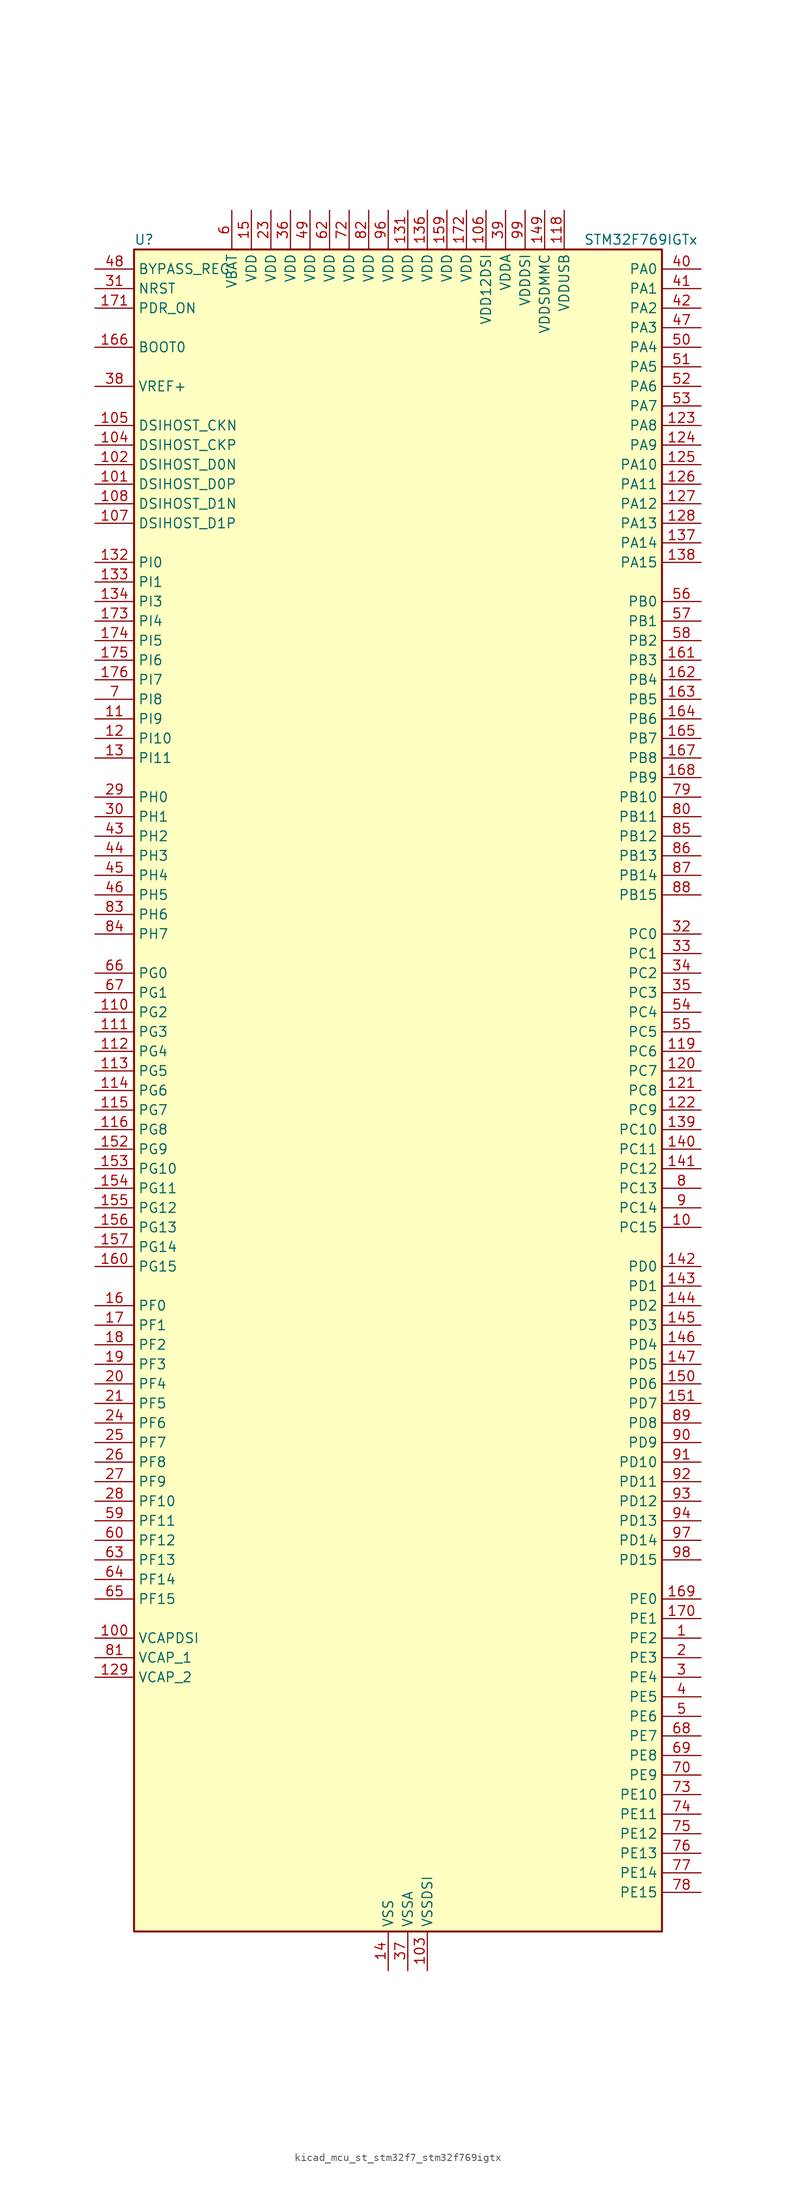
<source format=kicad_sym>
(kicad_symbol_lib
  (version 20220914)
  (generator kicad_symbol_editor)
  (symbol "kicad_mcu_st_stm32f7_stm32f769igtx"
    (property "Reference" "U"
      (at -33.02 110.49 0)
      (effects (font (size 1.27 1.27)) (justify left)))
    (property "Value" "STM32F769IGTx"
      (at 25.4 110.49 0)
      (effects (font (size 1.27 1.27)) (justify left)))
    (property "ki_locked" ""
      (at 0 0 0)
      (effects (font (size 1.27 1.27))))
    (symbol "kicad_mcu_st_stm32f7_stm32f769igtx_0_1"
      (rectangle (start -33.02 -109.22) (end 35.56 109.22) (stroke (width 0.254) (type default)) (fill (type background))))
    (symbol "kicad_mcu_st_stm32f7_stm32f769igtx_1_1"
      (pin bidirectional line (at 40.64 -71.12 180) (length 5.08) (name "PE2" (effects (font (size 1.27 1.27)))) (number "1" (effects (font (size 1.27 1.27)))) (alternate "ETH_TXD3" bidirectional line) (alternate "FMC_A23" bidirectional line) (alternate "QUADSPI_BK1_IO2" bidirectional line) (alternate "SAI1_MCLK_A" bidirectional line) (alternate "SPI4_SCK" bidirectional line) (alternate "SYS_TRACECLK" bidirectional line))
      (pin bidirectional line (at 40.64 -17.78 180) (length 5.08) (name "PC15" (effects (font (size 1.27 1.27)))) (number "10" (effects (font (size 1.27 1.27)))) (alternate "RCC_OSC32_OUT" bidirectional line))
      (pin power_out line (at -38.1 -71.12 0) (length 5.08) (name "VCAPDSI" (effects (font (size 1.27 1.27)))) (number "100" (effects (font (size 1.27 1.27)))))
      (pin bidirectional line (at -38.1 78.74 0) (length 5.08) (name "DSIHOST_D0P" (effects (font (size 1.27 1.27)))) (number "101" (effects (font (size 1.27 1.27)))) (alternate "DSIHOST_D0P" bidirectional line))
      (pin bidirectional line (at -38.1 81.28 0) (length 5.08) (name "DSIHOST_D0N" (effects (font (size 1.27 1.27)))) (number "102" (effects (font (size 1.27 1.27)))) (alternate "DSIHOST_D0N" bidirectional line))
      (pin power_in line (at 5.08 -114.3 90) (length 5.08) (name "VSSDSI" (effects (font (size 1.27 1.27)))) (number "103" (effects (font (size 1.27 1.27)))))
      (pin bidirectional line (at -38.1 83.82 0) (length 5.08) (name "DSIHOST_CKP" (effects (font (size 1.27 1.27)))) (number "104" (effects (font (size 1.27 1.27)))) (alternate "DSIHOST_CKP" bidirectional line))
      (pin bidirectional line (at -38.1 86.36 0) (length 5.08) (name "DSIHOST_CKN" (effects (font (size 1.27 1.27)))) (number "105" (effects (font (size 1.27 1.27)))) (alternate "DSIHOST_CKN" bidirectional line))
      (pin power_in line (at 12.7 114.3 270) (length 5.08) (name "VDD12DSI" (effects (font (size 1.27 1.27)))) (number "106" (effects (font (size 1.27 1.27)))))
      (pin bidirectional line (at -38.1 73.66 0) (length 5.08) (name "DSIHOST_D1P" (effects (font (size 1.27 1.27)))) (number "107" (effects (font (size 1.27 1.27)))) (alternate "DSIHOST_D1P" bidirectional line))
      (pin bidirectional line (at -38.1 76.2 0) (length 5.08) (name "DSIHOST_D1N" (effects (font (size 1.27 1.27)))) (number "108" (effects (font (size 1.27 1.27)))) (alternate "DSIHOST_D1N" bidirectional line))
      (pin passive line (at 5.08 -114.3 90) (length 5.08) hide (name "VSSDSI" (effects (font (size 1.27 1.27)))) (number "109" (effects (font (size 1.27 1.27)))))
      (pin bidirectional line (at -38.1 48.26 0) (length 5.08) (name "PI9" (effects (font (size 1.27 1.27)))) (number "11" (effects (font (size 1.27 1.27)))) (alternate "CAN1_RX" bidirectional line) (alternate "DAC_EXTI9" bidirectional line) (alternate "FMC_D30" bidirectional line) (alternate "LTDC_VSYNC" bidirectional line) (alternate "UART4_RX" bidirectional line))
      (pin bidirectional line (at -38.1 10.16 0) (length 5.08) (name "PG2" (effects (font (size 1.27 1.27)))) (number "110" (effects (font (size 1.27 1.27)))) (alternate "FMC_A12" bidirectional line))
      (pin bidirectional line (at -38.1 7.62 0) (length 5.08) (name "PG3" (effects (font (size 1.27 1.27)))) (number "111" (effects (font (size 1.27 1.27)))) (alternate "FMC_A13" bidirectional line))
      (pin bidirectional line (at -38.1 5.08 0) (length 5.08) (name "PG4" (effects (font (size 1.27 1.27)))) (number "112" (effects (font (size 1.27 1.27)))) (alternate "FMC_A14" bidirectional line) (alternate "FMC_BA0" bidirectional line))
      (pin bidirectional line (at -38.1 2.54 0) (length 5.08) (name "PG5" (effects (font (size 1.27 1.27)))) (number "113" (effects (font (size 1.27 1.27)))) (alternate "FMC_A15" bidirectional line) (alternate "FMC_BA1" bidirectional line))
      (pin bidirectional line (at -38.1 0 0) (length 5.08) (name "PG6" (effects (font (size 1.27 1.27)))) (number "114" (effects (font (size 1.27 1.27)))) (alternate "DCMI_D12" bidirectional line) (alternate "FMC_NE3" bidirectional line) (alternate "LTDC_R7" bidirectional line))
      (pin bidirectional line (at -38.1 -2.54 0) (length 5.08) (name "PG7" (effects (font (size 1.27 1.27)))) (number "115" (effects (font (size 1.27 1.27)))) (alternate "DCMI_D13" bidirectional line) (alternate "FMC_INT" bidirectional line) (alternate "LTDC_CLK" bidirectional line) (alternate "SAI1_MCLK_A" bidirectional line) (alternate "USART6_CK" bidirectional line))
      (pin bidirectional line (at -38.1 -5.08 0) (length 5.08) (name "PG8" (effects (font (size 1.27 1.27)))) (number "116" (effects (font (size 1.27 1.27)))) (alternate "ETH_PPS_OUT" bidirectional line) (alternate "FMC_SDCLK" bidirectional line) (alternate "LTDC_G7" bidirectional line) (alternate "SPDIFRX_IN2" bidirectional line) (alternate "SPI6_NSS" bidirectional line) (alternate "USART6_DE" bidirectional line) (alternate "USART6_RTS" bidirectional line))
      (pin passive line (at 0 -114.3 90) (length 5.08) hide (name "VSS" (effects (font (size 1.27 1.27)))) (number "117" (effects (font (size 1.27 1.27)))))
      (pin power_in line (at 22.86 114.3 270) (length 5.08) (name "VDDUSB" (effects (font (size 1.27 1.27)))) (number "118" (effects (font (size 1.27 1.27)))))
      (pin bidirectional line (at 40.64 5.08 180) (length 5.08) (name "PC6" (effects (font (size 1.27 1.27)))) (number "119" (effects (font (size 1.27 1.27)))) (alternate "DCMI_D0" bidirectional line) (alternate "DFSDM1_CKIN3" bidirectional line) (alternate "FMC_NWAIT" bidirectional line) (alternate "I2S2_MCK" bidirectional line) (alternate "LTDC_HSYNC" bidirectional line) (alternate "SDMMC1_D6" bidirectional line) (alternate "SDMMC2_D6" bidirectional line) (alternate "TIM3_CH1" bidirectional line) (alternate "TIM8_CH1" bidirectional line) (alternate "USART6_TX" bidirectional line))
      (pin bidirectional line (at -38.1 45.72 0) (length 5.08) (name "PI10" (effects (font (size 1.27 1.27)))) (number "12" (effects (font (size 1.27 1.27)))) (alternate "ETH_RX_ER" bidirectional line) (alternate "FMC_D31" bidirectional line) (alternate "LTDC_HSYNC" bidirectional line))
      (pin bidirectional line (at 40.64 2.54 180) (length 5.08) (name "PC7" (effects (font (size 1.27 1.27)))) (number "120" (effects (font (size 1.27 1.27)))) (alternate "DCMI_D1" bidirectional line) (alternate "DFSDM1_DATIN3" bidirectional line) (alternate "FMC_NE1" bidirectional line) (alternate "I2S3_MCK" bidirectional line) (alternate "LTDC_G6" bidirectional line) (alternate "SDMMC1_D7" bidirectional line) (alternate "SDMMC2_D7" bidirectional line) (alternate "TIM3_CH2" bidirectional line) (alternate "TIM8_CH2" bidirectional line) (alternate "USART6_RX" bidirectional line))
      (pin bidirectional line (at 40.64 0 180) (length 5.08) (name "PC8" (effects (font (size 1.27 1.27)))) (number "121" (effects (font (size 1.27 1.27)))) (alternate "DCMI_D2" bidirectional line) (alternate "FMC_NCE" bidirectional line) (alternate "FMC_NE2" bidirectional line) (alternate "SDMMC1_D0" bidirectional line) (alternate "SYS_TRACED1" bidirectional line) (alternate "TIM3_CH3" bidirectional line) (alternate "TIM8_CH3" bidirectional line) (alternate "UART5_DE" bidirectional line) (alternate "UART5_RTS" bidirectional line) (alternate "USART6_CK" bidirectional line))
      (pin bidirectional line (at 40.64 -2.54 180) (length 5.08) (name "PC9" (effects (font (size 1.27 1.27)))) (number "122" (effects (font (size 1.27 1.27)))) (alternate "DAC_EXTI9" bidirectional line) (alternate "DCMI_D3" bidirectional line) (alternate "I2C3_SDA" bidirectional line) (alternate "I2S_CKIN" bidirectional line) (alternate "LTDC_B2" bidirectional line) (alternate "LTDC_G3" bidirectional line) (alternate "QUADSPI_BK1_IO0" bidirectional line) (alternate "RCC_MCO_2" bidirectional line) (alternate "SDMMC1_D1" bidirectional line) (alternate "TIM3_CH4" bidirectional line) (alternate "TIM8_CH4" bidirectional line) (alternate "UART5_CTS" bidirectional line))
      (pin bidirectional line (at 40.64 86.36 180) (length 5.08) (name "PA8" (effects (font (size 1.27 1.27)))) (number "123" (effects (font (size 1.27 1.27)))) (alternate "CAN3_RX" bidirectional line) (alternate "I2C3_SCL" bidirectional line) (alternate "LTDC_B3" bidirectional line) (alternate "LTDC_R6" bidirectional line) (alternate "RCC_MCO_1" bidirectional line) (alternate "TIM1_CH1" bidirectional line) (alternate "TIM8_BKIN2" bidirectional line) (alternate "UART7_RX" bidirectional line) (alternate "USART1_CK" bidirectional line) (alternate "USB_OTG_FS_SOF" bidirectional line))
      (pin bidirectional line (at 40.64 83.82 180) (length 5.08) (name "PA9" (effects (font (size 1.27 1.27)))) (number "124" (effects (font (size 1.27 1.27)))) (alternate "DAC_EXTI9" bidirectional line) (alternate "DCMI_D0" bidirectional line) (alternate "I2C3_SMBA" bidirectional line) (alternate "I2S2_CK" bidirectional line) (alternate "LTDC_R5" bidirectional line) (alternate "SPI2_SCK" bidirectional line) (alternate "TIM1_CH2" bidirectional line) (alternate "USART1_TX" bidirectional line) (alternate "USB_OTG_FS_VBUS" bidirectional line))
      (pin bidirectional line (at 40.64 81.28 180) (length 5.08) (name "PA10" (effects (font (size 1.27 1.27)))) (number "125" (effects (font (size 1.27 1.27)))) (alternate "DCMI_D1" bidirectional line) (alternate "LTDC_B1" bidirectional line) (alternate "LTDC_B4" bidirectional line) (alternate "MDIOS_MDIO" bidirectional line) (alternate "TIM1_CH3" bidirectional line) (alternate "USART1_RX" bidirectional line) (alternate "USB_OTG_FS_ID" bidirectional line))
      (pin bidirectional line (at 40.64 78.74 180) (length 5.08) (name "PA11" (effects (font (size 1.27 1.27)))) (number "126" (effects (font (size 1.27 1.27)))) (alternate "ADC1_EXTI11" bidirectional line) (alternate "ADC2_EXTI11" bidirectional line) (alternate "ADC3_EXTI11" bidirectional line) (alternate "CAN1_RX" bidirectional line) (alternate "I2S2_WS" bidirectional line) (alternate "LTDC_R4" bidirectional line) (alternate "SPI2_NSS" bidirectional line) (alternate "TIM1_CH4" bidirectional line) (alternate "UART4_RX" bidirectional line) (alternate "USART1_CTS" bidirectional line) (alternate "USB_OTG_FS_DM" bidirectional line))
      (pin bidirectional line (at 40.64 76.2 180) (length 5.08) (name "PA12" (effects (font (size 1.27 1.27)))) (number "127" (effects (font (size 1.27 1.27)))) (alternate "CAN1_TX" bidirectional line) (alternate "I2S2_CK" bidirectional line) (alternate "LTDC_R5" bidirectional line) (alternate "SAI2_FS_B" bidirectional line) (alternate "SPI2_SCK" bidirectional line) (alternate "TIM1_ETR" bidirectional line) (alternate "UART4_TX" bidirectional line) (alternate "USART1_DE" bidirectional line) (alternate "USART1_RTS" bidirectional line) (alternate "USB_OTG_FS_DP" bidirectional line))
      (pin bidirectional line (at 40.64 73.66 180) (length 5.08) (name "PA13" (effects (font (size 1.27 1.27)))) (number "128" (effects (font (size 1.27 1.27)))) (alternate "SYS_JTMS-SWDIO" bidirectional line))
      (pin power_out line (at -38.1 -76.2 0) (length 5.08) (name "VCAP_2" (effects (font (size 1.27 1.27)))) (number "129" (effects (font (size 1.27 1.27)))))
      (pin bidirectional line (at -38.1 43.18 0) (length 5.08) (name "PI11" (effects (font (size 1.27 1.27)))) (number "13" (effects (font (size 1.27 1.27)))) (alternate "ADC1_EXTI11" bidirectional line) (alternate "ADC2_EXTI11" bidirectional line) (alternate "ADC3_EXTI11" bidirectional line) (alternate "LTDC_G6" bidirectional line) (alternate "SYS_WKUP6" bidirectional line) (alternate "USB_OTG_HS_ULPI_DIR" bidirectional line))
      (pin passive line (at 0 -114.3 90) (length 5.08) hide (name "VSS" (effects (font (size 1.27 1.27)))) (number "130" (effects (font (size 1.27 1.27)))))
      (pin power_in line (at 2.54 114.3 270) (length 5.08) (name "VDD" (effects (font (size 1.27 1.27)))) (number "131" (effects (font (size 1.27 1.27)))))
      (pin bidirectional line (at -38.1 68.58 0) (length 5.08) (name "PI0" (effects (font (size 1.27 1.27)))) (number "132" (effects (font (size 1.27 1.27)))) (alternate "DCMI_D13" bidirectional line) (alternate "FMC_D24" bidirectional line) (alternate "I2S2_WS" bidirectional line) (alternate "LTDC_G5" bidirectional line) (alternate "SPI2_NSS" bidirectional line) (alternate "TIM5_CH4" bidirectional line))
      (pin bidirectional line (at -38.1 66.04 0) (length 5.08) (name "PI1" (effects (font (size 1.27 1.27)))) (number "133" (effects (font (size 1.27 1.27)))) (alternate "DCMI_D8" bidirectional line) (alternate "FMC_D25" bidirectional line) (alternate "I2S2_CK" bidirectional line) (alternate "LTDC_G6" bidirectional line) (alternate "SPI2_SCK" bidirectional line) (alternate "TIM8_BKIN2" bidirectional line))
      (pin bidirectional line (at -38.1 63.5 0) (length 5.08) (name "PI3" (effects (font (size 1.27 1.27)))) (number "134" (effects (font (size 1.27 1.27)))) (alternate "DCMI_D10" bidirectional line) (alternate "FMC_D27" bidirectional line) (alternate "I2S2_SD" bidirectional line) (alternate "SPI2_MOSI" bidirectional line) (alternate "TIM8_ETR" bidirectional line))
      (pin passive line (at 0 -114.3 90) (length 5.08) hide (name "VSS" (effects (font (size 1.27 1.27)))) (number "135" (effects (font (size 1.27 1.27)))))
      (pin power_in line (at 5.08 114.3 270) (length 5.08) (name "VDD" (effects (font (size 1.27 1.27)))) (number "136" (effects (font (size 1.27 1.27)))))
      (pin bidirectional line (at 40.64 71.12 180) (length 5.08) (name "PA14" (effects (font (size 1.27 1.27)))) (number "137" (effects (font (size 1.27 1.27)))) (alternate "SYS_JTCK-SWCLK" bidirectional line))
      (pin bidirectional line (at 40.64 68.58 180) (length 5.08) (name "PA15" (effects (font (size 1.27 1.27)))) (number "138" (effects (font (size 1.27 1.27)))) (alternate "CAN3_TX" bidirectional line) (alternate "CEC" bidirectional line) (alternate "I2S1_WS" bidirectional line) (alternate "I2S3_WS" bidirectional line) (alternate "SPI1_NSS" bidirectional line) (alternate "SPI3_NSS" bidirectional line) (alternate "SPI6_NSS" bidirectional line) (alternate "SYS_JTDI" bidirectional line) (alternate "TIM2_CH1" bidirectional line) (alternate "TIM2_ETR" bidirectional line) (alternate "UART4_DE" bidirectional line) (alternate "UART4_RTS" bidirectional line) (alternate "UART7_TX" bidirectional line))
      (pin bidirectional line (at 40.64 -5.08 180) (length 5.08) (name "PC10" (effects (font (size 1.27 1.27)))) (number "139" (effects (font (size 1.27 1.27)))) (alternate "DCMI_D8" bidirectional line) (alternate "DFSDM1_CKIN5" bidirectional line) (alternate "I2S3_CK" bidirectional line) (alternate "LTDC_R2" bidirectional line) (alternate "QUADSPI_BK1_IO1" bidirectional line) (alternate "SDMMC1_D2" bidirectional line) (alternate "SPI3_SCK" bidirectional line) (alternate "UART4_TX" bidirectional line) (alternate "USART3_TX" bidirectional line))
      (pin power_in line (at 0 -114.3 90) (length 5.08) (name "VSS" (effects (font (size 1.27 1.27)))) (number "14" (effects (font (size 1.27 1.27)))))
      (pin bidirectional line (at 40.64 -7.62 180) (length 5.08) (name "PC11" (effects (font (size 1.27 1.27)))) (number "140" (effects (font (size 1.27 1.27)))) (alternate "ADC1_EXTI11" bidirectional line) (alternate "ADC2_EXTI11" bidirectional line) (alternate "ADC3_EXTI11" bidirectional line) (alternate "DCMI_D4" bidirectional line) (alternate "DFSDM1_DATIN5" bidirectional line) (alternate "QUADSPI_BK2_NCS" bidirectional line) (alternate "SDMMC1_D3" bidirectional line) (alternate "SPI3_MISO" bidirectional line) (alternate "UART4_RX" bidirectional line) (alternate "USART3_RX" bidirectional line))
      (pin bidirectional line (at 40.64 -10.16 180) (length 5.08) (name "PC12" (effects (font (size 1.27 1.27)))) (number "141" (effects (font (size 1.27 1.27)))) (alternate "DCMI_D9" bidirectional line) (alternate "I2S3_SD" bidirectional line) (alternate "SDMMC1_CK" bidirectional line) (alternate "SPI3_MOSI" bidirectional line) (alternate "SYS_TRACED3" bidirectional line) (alternate "UART5_TX" bidirectional line) (alternate "USART3_CK" bidirectional line))
      (pin bidirectional line (at 40.64 -22.86 180) (length 5.08) (name "PD0" (effects (font (size 1.27 1.27)))) (number "142" (effects (font (size 1.27 1.27)))) (alternate "CAN1_RX" bidirectional line) (alternate "DFSDM1_CKIN6" bidirectional line) (alternate "DFSDM1_DATIN7" bidirectional line) (alternate "FMC_D2" bidirectional line) (alternate "FMC_DA2" bidirectional line) (alternate "UART4_RX" bidirectional line))
      (pin bidirectional line (at 40.64 -25.4 180) (length 5.08) (name "PD1" (effects (font (size 1.27 1.27)))) (number "143" (effects (font (size 1.27 1.27)))) (alternate "CAN1_TX" bidirectional line) (alternate "DFSDM1_CKIN7" bidirectional line) (alternate "DFSDM1_DATIN6" bidirectional line) (alternate "FMC_D3" bidirectional line) (alternate "FMC_DA3" bidirectional line) (alternate "UART4_TX" bidirectional line))
      (pin bidirectional line (at 40.64 -27.94 180) (length 5.08) (name "PD2" (effects (font (size 1.27 1.27)))) (number "144" (effects (font (size 1.27 1.27)))) (alternate "DCMI_D11" bidirectional line) (alternate "SDMMC1_CMD" bidirectional line) (alternate "SYS_TRACED2" bidirectional line) (alternate "TIM3_ETR" bidirectional line) (alternate "UART5_RX" bidirectional line))
      (pin bidirectional line (at 40.64 -30.48 180) (length 5.08) (name "PD3" (effects (font (size 1.27 1.27)))) (number "145" (effects (font (size 1.27 1.27)))) (alternate "DCMI_D5" bidirectional line) (alternate "DFSDM1_CKOUT" bidirectional line) (alternate "DFSDM1_DATIN0" bidirectional line) (alternate "FMC_CLK" bidirectional line) (alternate "I2S2_CK" bidirectional line) (alternate "LTDC_G7" bidirectional line) (alternate "SPI2_SCK" bidirectional line) (alternate "USART2_CTS" bidirectional line))
      (pin bidirectional line (at 40.64 -33.02 180) (length 5.08) (name "PD4" (effects (font (size 1.27 1.27)))) (number "146" (effects (font (size 1.27 1.27)))) (alternate "DFSDM1_CKIN0" bidirectional line) (alternate "FMC_NOE" bidirectional line) (alternate "USART2_DE" bidirectional line) (alternate "USART2_RTS" bidirectional line))
      (pin bidirectional line (at 40.64 -35.56 180) (length 5.08) (name "PD5" (effects (font (size 1.27 1.27)))) (number "147" (effects (font (size 1.27 1.27)))) (alternate "FMC_NWE" bidirectional line) (alternate "USART2_TX" bidirectional line))
      (pin passive line (at 0 -114.3 90) (length 5.08) hide (name "VSS" (effects (font (size 1.27 1.27)))) (number "148" (effects (font (size 1.27 1.27)))))
      (pin power_in line (at 20.32 114.3 270) (length 5.08) (name "VDDSDMMC" (effects (font (size 1.27 1.27)))) (number "149" (effects (font (size 1.27 1.27)))))
      (pin power_in line (at -17.78 114.3 270) (length 5.08) (name "VDD" (effects (font (size 1.27 1.27)))) (number "15" (effects (font (size 1.27 1.27)))))
      (pin bidirectional line (at 40.64 -38.1 180) (length 5.08) (name "PD6" (effects (font (size 1.27 1.27)))) (number "150" (effects (font (size 1.27 1.27)))) (alternate "DCMI_D10" bidirectional line) (alternate "DFSDM1_CKIN4" bidirectional line) (alternate "DFSDM1_DATIN1" bidirectional line) (alternate "FMC_NWAIT" bidirectional line) (alternate "I2S3_SD" bidirectional line) (alternate "LTDC_B2" bidirectional line) (alternate "SAI1_SD_A" bidirectional line) (alternate "SDMMC2_CK" bidirectional line) (alternate "SPI3_MOSI" bidirectional line) (alternate "USART2_RX" bidirectional line))
      (pin bidirectional line (at 40.64 -40.64 180) (length 5.08) (name "PD7" (effects (font (size 1.27 1.27)))) (number "151" (effects (font (size 1.27 1.27)))) (alternate "DFSDM1_CKIN1" bidirectional line) (alternate "DFSDM1_DATIN4" bidirectional line) (alternate "FMC_NE1" bidirectional line) (alternate "I2S1_SD" bidirectional line) (alternate "SDMMC2_CMD" bidirectional line) (alternate "SPDIFRX_IN0" bidirectional line) (alternate "SPI1_MOSI" bidirectional line) (alternate "USART2_CK" bidirectional line))
      (pin bidirectional line (at -38.1 -7.62 0) (length 5.08) (name "PG9" (effects (font (size 1.27 1.27)))) (number "152" (effects (font (size 1.27 1.27)))) (alternate "DAC_EXTI9" bidirectional line) (alternate "DCMI_VSYNC" bidirectional line) (alternate "FMC_NCE" bidirectional line) (alternate "FMC_NE2" bidirectional line) (alternate "QUADSPI_BK2_IO2" bidirectional line) (alternate "SAI2_FS_B" bidirectional line) (alternate "SDMMC2_D0" bidirectional line) (alternate "SPDIFRX_IN3" bidirectional line) (alternate "SPI1_MISO" bidirectional line) (alternate "USART6_RX" bidirectional line))
      (pin bidirectional line (at -38.1 -10.16 0) (length 5.08) (name "PG10" (effects (font (size 1.27 1.27)))) (number "153" (effects (font (size 1.27 1.27)))) (alternate "DCMI_D2" bidirectional line) (alternate "FMC_NE3" bidirectional line) (alternate "I2S1_WS" bidirectional line) (alternate "LTDC_B2" bidirectional line) (alternate "LTDC_G3" bidirectional line) (alternate "SAI2_SD_B" bidirectional line) (alternate "SDMMC2_D1" bidirectional line) (alternate "SPI1_NSS" bidirectional line))
      (pin bidirectional line (at -38.1 -12.7 0) (length 5.08) (name "PG11" (effects (font (size 1.27 1.27)))) (number "154" (effects (font (size 1.27 1.27)))) (alternate "ADC1_EXTI11" bidirectional line) (alternate "ADC2_EXTI11" bidirectional line) (alternate "ADC3_EXTI11" bidirectional line) (alternate "DCMI_D3" bidirectional line) (alternate "ETH_TX_EN" bidirectional line) (alternate "I2S1_CK" bidirectional line) (alternate "LTDC_B3" bidirectional line) (alternate "SDMMC2_D2" bidirectional line) (alternate "SPDIFRX_IN0" bidirectional line) (alternate "SPI1_SCK" bidirectional line))
      (pin bidirectional line (at -38.1 -15.24 0) (length 5.08) (name "PG12" (effects (font (size 1.27 1.27)))) (number "155" (effects (font (size 1.27 1.27)))) (alternate "FMC_NE4" bidirectional line) (alternate "LPTIM1_IN1" bidirectional line) (alternate "LTDC_B1" bidirectional line) (alternate "LTDC_B4" bidirectional line) (alternate "SDMMC2_D3" bidirectional line) (alternate "SPDIFRX_IN1" bidirectional line) (alternate "SPI6_MISO" bidirectional line) (alternate "USART6_DE" bidirectional line) (alternate "USART6_RTS" bidirectional line))
      (pin bidirectional line (at -38.1 -17.78 0) (length 5.08) (name "PG13" (effects (font (size 1.27 1.27)))) (number "156" (effects (font (size 1.27 1.27)))) (alternate "ETH_TXD0" bidirectional line) (alternate "FMC_A24" bidirectional line) (alternate "LPTIM1_OUT" bidirectional line) (alternate "LTDC_R0" bidirectional line) (alternate "SPI6_SCK" bidirectional line) (alternate "SYS_TRACED0" bidirectional line) (alternate "USART6_CTS" bidirectional line))
      (pin bidirectional line (at -38.1 -20.32 0) (length 5.08) (name "PG14" (effects (font (size 1.27 1.27)))) (number "157" (effects (font (size 1.27 1.27)))) (alternate "ETH_TXD1" bidirectional line) (alternate "FMC_A25" bidirectional line) (alternate "LPTIM1_ETR" bidirectional line) (alternate "LTDC_B0" bidirectional line) (alternate "QUADSPI_BK2_IO3" bidirectional line) (alternate "SPI6_MOSI" bidirectional line) (alternate "SYS_TRACED1" bidirectional line) (alternate "USART6_TX" bidirectional line))
      (pin passive line (at 0 -114.3 90) (length 5.08) hide (name "VSS" (effects (font (size 1.27 1.27)))) (number "158" (effects (font (size 1.27 1.27)))))
      (pin power_in line (at 7.62 114.3 270) (length 5.08) (name "VDD" (effects (font (size 1.27 1.27)))) (number "159" (effects (font (size 1.27 1.27)))))
      (pin bidirectional line (at -38.1 -27.94 0) (length 5.08) (name "PF0" (effects (font (size 1.27 1.27)))) (number "16" (effects (font (size 1.27 1.27)))) (alternate "FMC_A0" bidirectional line) (alternate "I2C2_SDA" bidirectional line))
      (pin bidirectional line (at -38.1 -22.86 0) (length 5.08) (name "PG15" (effects (font (size 1.27 1.27)))) (number "160" (effects (font (size 1.27 1.27)))) (alternate "DCMI_D13" bidirectional line) (alternate "FMC_SDNCAS" bidirectional line) (alternate "USART6_CTS" bidirectional line))
      (pin bidirectional line (at 40.64 55.88 180) (length 5.08) (name "PB3" (effects (font (size 1.27 1.27)))) (number "161" (effects (font (size 1.27 1.27)))) (alternate "CAN3_RX" bidirectional line) (alternate "I2S1_CK" bidirectional line) (alternate "I2S3_CK" bidirectional line) (alternate "SDMMC2_D2" bidirectional line) (alternate "SPI1_SCK" bidirectional line) (alternate "SPI3_SCK" bidirectional line) (alternate "SPI6_SCK" bidirectional line) (alternate "SYS_JTDO-SWO" bidirectional line) (alternate "TIM2_CH2" bidirectional line) (alternate "UART7_RX" bidirectional line))
      (pin bidirectional line (at 40.64 53.34 180) (length 5.08) (name "PB4" (effects (font (size 1.27 1.27)))) (number "162" (effects (font (size 1.27 1.27)))) (alternate "CAN3_TX" bidirectional line) (alternate "I2S2_WS" bidirectional line) (alternate "SDMMC2_D3" bidirectional line) (alternate "SPI1_MISO" bidirectional line) (alternate "SPI2_NSS" bidirectional line) (alternate "SPI3_MISO" bidirectional line) (alternate "SPI6_MISO" bidirectional line) (alternate "SYS_JTRST" bidirectional line) (alternate "TIM3_CH1" bidirectional line) (alternate "UART7_TX" bidirectional line))
      (pin bidirectional line (at 40.64 50.8 180) (length 5.08) (name "PB5" (effects (font (size 1.27 1.27)))) (number "163" (effects (font (size 1.27 1.27)))) (alternate "CAN2_RX" bidirectional line) (alternate "DCMI_D10" bidirectional line) (alternate "ETH_PPS_OUT" bidirectional line) (alternate "FMC_SDCKE1" bidirectional line) (alternate "I2C1_SMBA" bidirectional line) (alternate "I2S1_SD" bidirectional line) (alternate "I2S3_SD" bidirectional line) (alternate "LTDC_G7" bidirectional line) (alternate "SPI1_MOSI" bidirectional line) (alternate "SPI3_MOSI" bidirectional line) (alternate "SPI6_MOSI" bidirectional line) (alternate "TIM3_CH2" bidirectional line) (alternate "UART5_RX" bidirectional line) (alternate "USB_OTG_HS_ULPI_D7" bidirectional line))
      (pin bidirectional line (at 40.64 48.26 180) (length 5.08) (name "PB6" (effects (font (size 1.27 1.27)))) (number "164" (effects (font (size 1.27 1.27)))) (alternate "CAN2_TX" bidirectional line) (alternate "CEC" bidirectional line) (alternate "DCMI_D5" bidirectional line) (alternate "DFSDM1_DATIN5" bidirectional line) (alternate "FMC_SDNE1" bidirectional line) (alternate "I2C1_SCL" bidirectional line) (alternate "I2C4_SCL" bidirectional line) (alternate "QUADSPI_BK1_NCS" bidirectional line) (alternate "TIM4_CH1" bidirectional line) (alternate "UART5_TX" bidirectional line) (alternate "USART1_TX" bidirectional line))
      (pin bidirectional line (at 40.64 45.72 180) (length 5.08) (name "PB7" (effects (font (size 1.27 1.27)))) (number "165" (effects (font (size 1.27 1.27)))) (alternate "DCMI_VSYNC" bidirectional line) (alternate "DFSDM1_CKIN5" bidirectional line) (alternate "FMC_NL" bidirectional line) (alternate "I2C1_SDA" bidirectional line) (alternate "I2C4_SDA" bidirectional line) (alternate "TIM4_CH2" bidirectional line) (alternate "USART1_RX" bidirectional line))
      (pin input line (at -38.1 96.52 0) (length 5.08) (name "BOOT0" (effects (font (size 1.27 1.27)))) (number "166" (effects (font (size 1.27 1.27)))))
      (pin bidirectional line (at 40.64 43.18 180) (length 5.08) (name "PB8" (effects (font (size 1.27 1.27)))) (number "167" (effects (font (size 1.27 1.27)))) (alternate "CAN1_RX" bidirectional line) (alternate "DCMI_D6" bidirectional line) (alternate "DFSDM1_CKIN7" bidirectional line) (alternate "ETH_TXD3" bidirectional line) (alternate "I2C1_SCL" bidirectional line) (alternate "I2C4_SCL" bidirectional line) (alternate "LTDC_B6" bidirectional line) (alternate "SDMMC1_D4" bidirectional line) (alternate "SDMMC2_D4" bidirectional line) (alternate "TIM10_CH1" bidirectional line) (alternate "TIM4_CH3" bidirectional line) (alternate "UART5_RX" bidirectional line))
      (pin bidirectional line (at 40.64 40.64 180) (length 5.08) (name "PB9" (effects (font (size 1.27 1.27)))) (number "168" (effects (font (size 1.27 1.27)))) (alternate "CAN1_TX" bidirectional line) (alternate "DAC_EXTI9" bidirectional line) (alternate "DCMI_D7" bidirectional line) (alternate "DFSDM1_DATIN7" bidirectional line) (alternate "I2C1_SDA" bidirectional line) (alternate "I2C4_SDA" bidirectional line) (alternate "I2C4_SMBA" bidirectional line) (alternate "I2S2_WS" bidirectional line) (alternate "LTDC_B7" bidirectional line) (alternate "SDMMC1_D5" bidirectional line) (alternate "SDMMC2_D5" bidirectional line) (alternate "SPI2_NSS" bidirectional line) (alternate "TIM11_CH1" bidirectional line) (alternate "TIM4_CH4" bidirectional line) (alternate "UART5_TX" bidirectional line))
      (pin bidirectional line (at 40.64 -66.04 180) (length 5.08) (name "PE0" (effects (font (size 1.27 1.27)))) (number "169" (effects (font (size 1.27 1.27)))) (alternate "DCMI_D2" bidirectional line) (alternate "FMC_NBL0" bidirectional line) (alternate "LPTIM1_ETR" bidirectional line) (alternate "SAI2_MCLK_A" bidirectional line) (alternate "TIM4_ETR" bidirectional line) (alternate "UART8_RX" bidirectional line))
      (pin bidirectional line (at -38.1 -30.48 0) (length 5.08) (name "PF1" (effects (font (size 1.27 1.27)))) (number "17" (effects (font (size 1.27 1.27)))) (alternate "FMC_A1" bidirectional line) (alternate "I2C2_SCL" bidirectional line))
      (pin bidirectional line (at 40.64 -68.58 180) (length 5.08) (name "PE1" (effects (font (size 1.27 1.27)))) (number "170" (effects (font (size 1.27 1.27)))) (alternate "DCMI_D3" bidirectional line) (alternate "FMC_NBL1" bidirectional line) (alternate "LPTIM1_IN2" bidirectional line) (alternate "UART8_TX" bidirectional line))
      (pin input line (at -38.1 101.6 0) (length 5.08) (name "PDR_ON" (effects (font (size 1.27 1.27)))) (number "171" (effects (font (size 1.27 1.27)))))
      (pin power_in line (at 10.16 114.3 270) (length 5.08) (name "VDD" (effects (font (size 1.27 1.27)))) (number "172" (effects (font (size 1.27 1.27)))))
      (pin bidirectional line (at -38.1 60.96 0) (length 5.08) (name "PI4" (effects (font (size 1.27 1.27)))) (number "173" (effects (font (size 1.27 1.27)))) (alternate "DCMI_D5" bidirectional line) (alternate "FMC_NBL2" bidirectional line) (alternate "LTDC_B4" bidirectional line) (alternate "SAI2_MCLK_A" bidirectional line) (alternate "TIM8_BKIN" bidirectional line))
      (pin bidirectional line (at -38.1 58.42 0) (length 5.08) (name "PI5" (effects (font (size 1.27 1.27)))) (number "174" (effects (font (size 1.27 1.27)))) (alternate "DCMI_VSYNC" bidirectional line) (alternate "FMC_NBL3" bidirectional line) (alternate "LTDC_B5" bidirectional line) (alternate "SAI2_SCK_A" bidirectional line) (alternate "TIM8_CH1" bidirectional line))
      (pin bidirectional line (at -38.1 55.88 0) (length 5.08) (name "PI6" (effects (font (size 1.27 1.27)))) (number "175" (effects (font (size 1.27 1.27)))) (alternate "DCMI_D6" bidirectional line) (alternate "FMC_D28" bidirectional line) (alternate "LTDC_B6" bidirectional line) (alternate "SAI2_SD_A" bidirectional line) (alternate "TIM8_CH2" bidirectional line))
      (pin bidirectional line (at -38.1 53.34 0) (length 5.08) (name "PI7" (effects (font (size 1.27 1.27)))) (number "176" (effects (font (size 1.27 1.27)))) (alternate "DCMI_D7" bidirectional line) (alternate "FMC_D29" bidirectional line) (alternate "LTDC_B7" bidirectional line) (alternate "SAI2_FS_A" bidirectional line) (alternate "TIM8_CH3" bidirectional line))
      (pin bidirectional line (at -38.1 -33.02 0) (length 5.08) (name "PF2" (effects (font (size 1.27 1.27)))) (number "18" (effects (font (size 1.27 1.27)))) (alternate "FMC_A2" bidirectional line) (alternate "I2C2_SMBA" bidirectional line))
      (pin bidirectional line (at -38.1 -35.56 0) (length 5.08) (name "PF3" (effects (font (size 1.27 1.27)))) (number "19" (effects (font (size 1.27 1.27)))) (alternate "ADC3_IN9" bidirectional line) (alternate "FMC_A3" bidirectional line))
      (pin bidirectional line (at 40.64 -73.66 180) (length 5.08) (name "PE3" (effects (font (size 1.27 1.27)))) (number "2" (effects (font (size 1.27 1.27)))) (alternate "FMC_A19" bidirectional line) (alternate "SAI1_SD_B" bidirectional line) (alternate "SYS_TRACED0" bidirectional line))
      (pin bidirectional line (at -38.1 -38.1 0) (length 5.08) (name "PF4" (effects (font (size 1.27 1.27)))) (number "20" (effects (font (size 1.27 1.27)))) (alternate "ADC3_IN14" bidirectional line) (alternate "FMC_A4" bidirectional line))
      (pin bidirectional line (at -38.1 -40.64 0) (length 5.08) (name "PF5" (effects (font (size 1.27 1.27)))) (number "21" (effects (font (size 1.27 1.27)))) (alternate "ADC3_IN15" bidirectional line) (alternate "FMC_A5" bidirectional line))
      (pin passive line (at 0 -114.3 90) (length 5.08) hide (name "VSS" (effects (font (size 1.27 1.27)))) (number "22" (effects (font (size 1.27 1.27)))))
      (pin power_in line (at -15.24 114.3 270) (length 5.08) (name "VDD" (effects (font (size 1.27 1.27)))) (number "23" (effects (font (size 1.27 1.27)))))
      (pin bidirectional line (at -38.1 -43.18 0) (length 5.08) (name "PF6" (effects (font (size 1.27 1.27)))) (number "24" (effects (font (size 1.27 1.27)))) (alternate "ADC3_IN4" bidirectional line) (alternate "QUADSPI_BK1_IO3" bidirectional line) (alternate "SAI1_SD_B" bidirectional line) (alternate "SPI5_NSS" bidirectional line) (alternate "TIM10_CH1" bidirectional line) (alternate "UART7_RX" bidirectional line))
      (pin bidirectional line (at -38.1 -45.72 0) (length 5.08) (name "PF7" (effects (font (size 1.27 1.27)))) (number "25" (effects (font (size 1.27 1.27)))) (alternate "ADC3_IN5" bidirectional line) (alternate "QUADSPI_BK1_IO2" bidirectional line) (alternate "SAI1_MCLK_B" bidirectional line) (alternate "SPI5_SCK" bidirectional line) (alternate "TIM11_CH1" bidirectional line) (alternate "UART7_TX" bidirectional line))
      (pin bidirectional line (at -38.1 -48.26 0) (length 5.08) (name "PF8" (effects (font (size 1.27 1.27)))) (number "26" (effects (font (size 1.27 1.27)))) (alternate "ADC3_IN6" bidirectional line) (alternate "QUADSPI_BK1_IO0" bidirectional line) (alternate "SAI1_SCK_B" bidirectional line) (alternate "SPI5_MISO" bidirectional line) (alternate "TIM13_CH1" bidirectional line) (alternate "UART7_DE" bidirectional line) (alternate "UART7_RTS" bidirectional line))
      (pin bidirectional line (at -38.1 -50.8 0) (length 5.08) (name "PF9" (effects (font (size 1.27 1.27)))) (number "27" (effects (font (size 1.27 1.27)))) (alternate "ADC3_IN7" bidirectional line) (alternate "DAC_EXTI9" bidirectional line) (alternate "QUADSPI_BK1_IO1" bidirectional line) (alternate "SAI1_FS_B" bidirectional line) (alternate "SPI5_MOSI" bidirectional line) (alternate "TIM14_CH1" bidirectional line) (alternate "UART7_CTS" bidirectional line))
      (pin bidirectional line (at -38.1 -53.34 0) (length 5.08) (name "PF10" (effects (font (size 1.27 1.27)))) (number "28" (effects (font (size 1.27 1.27)))) (alternate "ADC3_IN8" bidirectional line) (alternate "DCMI_D11" bidirectional line) (alternate "LTDC_DE" bidirectional line) (alternate "QUADSPI_CLK" bidirectional line))
      (pin bidirectional line (at -38.1 38.1 0) (length 5.08) (name "PH0" (effects (font (size 1.27 1.27)))) (number "29" (effects (font (size 1.27 1.27)))) (alternate "RCC_OSC_IN" bidirectional line))
      (pin bidirectional line (at 40.64 -76.2 180) (length 5.08) (name "PE4" (effects (font (size 1.27 1.27)))) (number "3" (effects (font (size 1.27 1.27)))) (alternate "DCMI_D4" bidirectional line) (alternate "DFSDM1_DATIN3" bidirectional line) (alternate "FMC_A20" bidirectional line) (alternate "LTDC_B0" bidirectional line) (alternate "SAI1_FS_A" bidirectional line) (alternate "SPI4_NSS" bidirectional line) (alternate "SYS_TRACED1" bidirectional line))
      (pin bidirectional line (at -38.1 35.56 0) (length 5.08) (name "PH1" (effects (font (size 1.27 1.27)))) (number "30" (effects (font (size 1.27 1.27)))) (alternate "RCC_OSC_OUT" bidirectional line))
      (pin input line (at -38.1 104.14 0) (length 5.08) (name "NRST" (effects (font (size 1.27 1.27)))) (number "31" (effects (font (size 1.27 1.27)))))
      (pin bidirectional line (at 40.64 20.32 180) (length 5.08) (name "PC0" (effects (font (size 1.27 1.27)))) (number "32" (effects (font (size 1.27 1.27)))) (alternate "ADC1_IN10" bidirectional line) (alternate "ADC2_IN10" bidirectional line) (alternate "ADC3_IN10" bidirectional line) (alternate "DFSDM1_CKIN0" bidirectional line) (alternate "DFSDM1_DATIN4" bidirectional line) (alternate "FMC_SDNWE" bidirectional line) (alternate "LTDC_R5" bidirectional line) (alternate "SAI2_FS_B" bidirectional line) (alternate "USB_OTG_HS_ULPI_STP" bidirectional line))
      (pin bidirectional line (at 40.64 17.78 180) (length 5.08) (name "PC1" (effects (font (size 1.27 1.27)))) (number "33" (effects (font (size 1.27 1.27)))) (alternate "ADC1_IN11" bidirectional line) (alternate "ADC2_IN11" bidirectional line) (alternate "ADC3_IN11" bidirectional line) (alternate "DFSDM1_CKIN4" bidirectional line) (alternate "DFSDM1_DATIN0" bidirectional line) (alternate "ETH_MDC" bidirectional line) (alternate "I2S2_SD" bidirectional line) (alternate "MDIOS_MDC" bidirectional line) (alternate "RTC_TAMP3" bidirectional line) (alternate "RTC_TS" bidirectional line) (alternate "SAI1_SD_A" bidirectional line) (alternate "SPI2_MOSI" bidirectional line) (alternate "SYS_TRACED0" bidirectional line) (alternate "SYS_WKUP3" bidirectional line))
      (pin bidirectional line (at 40.64 15.24 180) (length 5.08) (name "PC2" (effects (font (size 1.27 1.27)))) (number "34" (effects (font (size 1.27 1.27)))) (alternate "ADC1_IN12" bidirectional line) (alternate "ADC2_IN12" bidirectional line) (alternate "ADC3_IN12" bidirectional line) (alternate "DFSDM1_CKIN1" bidirectional line) (alternate "DFSDM1_CKOUT" bidirectional line) (alternate "ETH_TXD2" bidirectional line) (alternate "FMC_SDNE0" bidirectional line) (alternate "SPI2_MISO" bidirectional line) (alternate "USB_OTG_HS_ULPI_DIR" bidirectional line))
      (pin bidirectional line (at 40.64 12.7 180) (length 5.08) (name "PC3" (effects (font (size 1.27 1.27)))) (number "35" (effects (font (size 1.27 1.27)))) (alternate "ADC1_IN13" bidirectional line) (alternate "ADC2_IN13" bidirectional line) (alternate "ADC3_IN13" bidirectional line) (alternate "DFSDM1_DATIN1" bidirectional line) (alternate "ETH_TX_CLK" bidirectional line) (alternate "FMC_SDCKE0" bidirectional line) (alternate "I2S2_SD" bidirectional line) (alternate "SPI2_MOSI" bidirectional line) (alternate "USB_OTG_HS_ULPI_NXT" bidirectional line))
      (pin power_in line (at -12.7 114.3 270) (length 5.08) (name "VDD" (effects (font (size 1.27 1.27)))) (number "36" (effects (font (size 1.27 1.27)))))
      (pin power_in line (at 2.54 -114.3 90) (length 5.08) (name "VSSA" (effects (font (size 1.27 1.27)))) (number "37" (effects (font (size 1.27 1.27)))))
      (pin input line (at -38.1 91.44 0) (length 5.08) (name "VREF+" (effects (font (size 1.27 1.27)))) (number "38" (effects (font (size 1.27 1.27)))))
      (pin power_in line (at 15.24 114.3 270) (length 5.08) (name "VDDA" (effects (font (size 1.27 1.27)))) (number "39" (effects (font (size 1.27 1.27)))))
      (pin bidirectional line (at 40.64 -78.74 180) (length 5.08) (name "PE5" (effects (font (size 1.27 1.27)))) (number "4" (effects (font (size 1.27 1.27)))) (alternate "DCMI_D6" bidirectional line) (alternate "DFSDM1_CKIN3" bidirectional line) (alternate "FMC_A21" bidirectional line) (alternate "LTDC_G0" bidirectional line) (alternate "SAI1_SCK_A" bidirectional line) (alternate "SPI4_MISO" bidirectional line) (alternate "SYS_TRACED2" bidirectional line) (alternate "TIM9_CH1" bidirectional line))
      (pin bidirectional line (at 40.64 106.68 180) (length 5.08) (name "PA0" (effects (font (size 1.27 1.27)))) (number "40" (effects (font (size 1.27 1.27)))) (alternate "ADC1_IN0" bidirectional line) (alternate "ADC2_IN0" bidirectional line) (alternate "ADC3_IN0" bidirectional line) (alternate "ETH_CRS" bidirectional line) (alternate "SAI2_SD_B" bidirectional line) (alternate "SYS_WKUP1" bidirectional line) (alternate "TIM2_CH1" bidirectional line) (alternate "TIM2_ETR" bidirectional line) (alternate "TIM5_CH1" bidirectional line) (alternate "TIM8_ETR" bidirectional line) (alternate "UART4_TX" bidirectional line) (alternate "USART2_CTS" bidirectional line))
      (pin bidirectional line (at 40.64 104.14 180) (length 5.08) (name "PA1" (effects (font (size 1.27 1.27)))) (number "41" (effects (font (size 1.27 1.27)))) (alternate "ADC1_IN1" bidirectional line) (alternate "ADC2_IN1" bidirectional line) (alternate "ADC3_IN1" bidirectional line) (alternate "ETH_REF_CLK" bidirectional line) (alternate "ETH_RX_CLK" bidirectional line) (alternate "LTDC_R2" bidirectional line) (alternate "QUADSPI_BK1_IO3" bidirectional line) (alternate "SAI2_MCLK_B" bidirectional line) (alternate "TIM2_CH2" bidirectional line) (alternate "TIM5_CH2" bidirectional line) (alternate "UART4_RX" bidirectional line) (alternate "USART2_DE" bidirectional line) (alternate "USART2_RTS" bidirectional line))
      (pin bidirectional line (at 40.64 101.6 180) (length 5.08) (name "PA2" (effects (font (size 1.27 1.27)))) (number "42" (effects (font (size 1.27 1.27)))) (alternate "ADC1_IN2" bidirectional line) (alternate "ADC2_IN2" bidirectional line) (alternate "ADC3_IN2" bidirectional line) (alternate "ETH_MDIO" bidirectional line) (alternate "LTDC_R1" bidirectional line) (alternate "MDIOS_MDIO" bidirectional line) (alternate "SAI2_SCK_B" bidirectional line) (alternate "SYS_WKUP2" bidirectional line) (alternate "TIM2_CH3" bidirectional line) (alternate "TIM5_CH3" bidirectional line) (alternate "TIM9_CH1" bidirectional line) (alternate "USART2_TX" bidirectional line))
      (pin bidirectional line (at -38.1 33.02 0) (length 5.08) (name "PH2" (effects (font (size 1.27 1.27)))) (number "43" (effects (font (size 1.27 1.27)))) (alternate "ETH_CRS" bidirectional line) (alternate "FMC_SDCKE0" bidirectional line) (alternate "LPTIM1_IN2" bidirectional line) (alternate "LTDC_R0" bidirectional line) (alternate "QUADSPI_BK2_IO0" bidirectional line) (alternate "SAI2_SCK_B" bidirectional line))
      (pin bidirectional line (at -38.1 30.48 0) (length 5.08) (name "PH3" (effects (font (size 1.27 1.27)))) (number "44" (effects (font (size 1.27 1.27)))) (alternate "ETH_COL" bidirectional line) (alternate "FMC_SDNE0" bidirectional line) (alternate "LTDC_R1" bidirectional line) (alternate "QUADSPI_BK2_IO1" bidirectional line) (alternate "SAI2_MCLK_B" bidirectional line))
      (pin bidirectional line (at -38.1 27.94 0) (length 5.08) (name "PH4" (effects (font (size 1.27 1.27)))) (number "45" (effects (font (size 1.27 1.27)))) (alternate "I2C2_SCL" bidirectional line) (alternate "LTDC_G4" bidirectional line) (alternate "LTDC_G5" bidirectional line) (alternate "USB_OTG_HS_ULPI_NXT" bidirectional line))
      (pin bidirectional line (at -38.1 25.4 0) (length 5.08) (name "PH5" (effects (font (size 1.27 1.27)))) (number "46" (effects (font (size 1.27 1.27)))) (alternate "FMC_SDNWE" bidirectional line) (alternate "I2C2_SDA" bidirectional line) (alternate "SPI5_NSS" bidirectional line))
      (pin bidirectional line (at 40.64 99.06 180) (length 5.08) (name "PA3" (effects (font (size 1.27 1.27)))) (number "47" (effects (font (size 1.27 1.27)))) (alternate "ADC1_IN3" bidirectional line) (alternate "ADC2_IN3" bidirectional line) (alternate "ADC3_IN3" bidirectional line) (alternate "ETH_COL" bidirectional line) (alternate "LTDC_B2" bidirectional line) (alternate "LTDC_B5" bidirectional line) (alternate "TIM2_CH4" bidirectional line) (alternate "TIM5_CH4" bidirectional line) (alternate "TIM9_CH2" bidirectional line) (alternate "USART2_RX" bidirectional line) (alternate "USB_OTG_HS_ULPI_D0" bidirectional line))
      (pin input line (at -38.1 106.68 0) (length 5.08) (name "BYPASS_REG" (effects (font (size 1.27 1.27)))) (number "48" (effects (font (size 1.27 1.27)))))
      (pin power_in line (at -10.16 114.3 270) (length 5.08) (name "VDD" (effects (font (size 1.27 1.27)))) (number "49" (effects (font (size 1.27 1.27)))))
      (pin bidirectional line (at 40.64 -81.28 180) (length 5.08) (name "PE6" (effects (font (size 1.27 1.27)))) (number "5" (effects (font (size 1.27 1.27)))) (alternate "DCMI_D7" bidirectional line) (alternate "FMC_A22" bidirectional line) (alternate "LTDC_G1" bidirectional line) (alternate "SAI1_SD_A" bidirectional line) (alternate "SAI2_MCLK_B" bidirectional line) (alternate "SPI4_MOSI" bidirectional line) (alternate "SYS_TRACED3" bidirectional line) (alternate "TIM1_BKIN2" bidirectional line) (alternate "TIM9_CH2" bidirectional line))
      (pin bidirectional line (at 40.64 96.52 180) (length 5.08) (name "PA4" (effects (font (size 1.27 1.27)))) (number "50" (effects (font (size 1.27 1.27)))) (alternate "ADC1_IN4" bidirectional line) (alternate "ADC2_IN4" bidirectional line) (alternate "DAC_OUT1" bidirectional line) (alternate "DCMI_HSYNC" bidirectional line) (alternate "I2S1_WS" bidirectional line) (alternate "I2S3_WS" bidirectional line) (alternate "LTDC_VSYNC" bidirectional line) (alternate "SPI1_NSS" bidirectional line) (alternate "SPI3_NSS" bidirectional line) (alternate "SPI6_NSS" bidirectional line) (alternate "USART2_CK" bidirectional line) (alternate "USB_OTG_HS_SOF" bidirectional line))
      (pin bidirectional line (at 40.64 93.98 180) (length 5.08) (name "PA5" (effects (font (size 1.27 1.27)))) (number "51" (effects (font (size 1.27 1.27)))) (alternate "ADC1_IN5" bidirectional line) (alternate "ADC2_IN5" bidirectional line) (alternate "DAC_OUT2" bidirectional line) (alternate "I2S1_CK" bidirectional line) (alternate "LTDC_R4" bidirectional line) (alternate "SPI1_SCK" bidirectional line) (alternate "SPI6_SCK" bidirectional line) (alternate "TIM2_CH1" bidirectional line) (alternate "TIM2_ETR" bidirectional line) (alternate "TIM8_CH1N" bidirectional line) (alternate "USB_OTG_HS_ULPI_CK" bidirectional line))
      (pin bidirectional line (at 40.64 91.44 180) (length 5.08) (name "PA6" (effects (font (size 1.27 1.27)))) (number "52" (effects (font (size 1.27 1.27)))) (alternate "ADC1_IN6" bidirectional line) (alternate "ADC2_IN6" bidirectional line) (alternate "DCMI_PIXCLK" bidirectional line) (alternate "LTDC_G2" bidirectional line) (alternate "MDIOS_MDC" bidirectional line) (alternate "SPI1_MISO" bidirectional line) (alternate "SPI6_MISO" bidirectional line) (alternate "TIM13_CH1" bidirectional line) (alternate "TIM1_BKIN" bidirectional line) (alternate "TIM3_CH1" bidirectional line) (alternate "TIM8_BKIN" bidirectional line))
      (pin bidirectional line (at 40.64 88.9 180) (length 5.08) (name "PA7" (effects (font (size 1.27 1.27)))) (number "53" (effects (font (size 1.27 1.27)))) (alternate "ADC1_IN7" bidirectional line) (alternate "ADC2_IN7" bidirectional line) (alternate "ETH_CRS_DV" bidirectional line) (alternate "ETH_RX_DV" bidirectional line) (alternate "FMC_SDNWE" bidirectional line) (alternate "I2S1_SD" bidirectional line) (alternate "SPI1_MOSI" bidirectional line) (alternate "SPI6_MOSI" bidirectional line) (alternate "TIM14_CH1" bidirectional line) (alternate "TIM1_CH1N" bidirectional line) (alternate "TIM3_CH2" bidirectional line) (alternate "TIM8_CH1N" bidirectional line))
      (pin bidirectional line (at 40.64 10.16 180) (length 5.08) (name "PC4" (effects (font (size 1.27 1.27)))) (number "54" (effects (font (size 1.27 1.27)))) (alternate "ADC1_IN14" bidirectional line) (alternate "ADC2_IN14" bidirectional line) (alternate "DFSDM1_CKIN2" bidirectional line) (alternate "ETH_RXD0" bidirectional line) (alternate "FMC_SDNE0" bidirectional line) (alternate "I2S1_MCK" bidirectional line) (alternate "SPDIFRX_IN2" bidirectional line))
      (pin bidirectional line (at 40.64 7.62 180) (length 5.08) (name "PC5" (effects (font (size 1.27 1.27)))) (number "55" (effects (font (size 1.27 1.27)))) (alternate "ADC1_IN15" bidirectional line) (alternate "ADC2_IN15" bidirectional line) (alternate "DFSDM1_DATIN2" bidirectional line) (alternate "ETH_RXD1" bidirectional line) (alternate "FMC_SDCKE0" bidirectional line) (alternate "SPDIFRX_IN3" bidirectional line))
      (pin bidirectional line (at 40.64 63.5 180) (length 5.08) (name "PB0" (effects (font (size 1.27 1.27)))) (number "56" (effects (font (size 1.27 1.27)))) (alternate "ADC1_IN8" bidirectional line) (alternate "ADC2_IN8" bidirectional line) (alternate "DFSDM1_CKOUT" bidirectional line) (alternate "ETH_RXD2" bidirectional line) (alternate "LTDC_G1" bidirectional line) (alternate "LTDC_R3" bidirectional line) (alternate "TIM1_CH2N" bidirectional line) (alternate "TIM3_CH3" bidirectional line) (alternate "TIM8_CH2N" bidirectional line) (alternate "UART4_CTS" bidirectional line) (alternate "USB_OTG_HS_ULPI_D1" bidirectional line))
      (pin bidirectional line (at 40.64 60.96 180) (length 5.08) (name "PB1" (effects (font (size 1.27 1.27)))) (number "57" (effects (font (size 1.27 1.27)))) (alternate "ADC1_IN9" bidirectional line) (alternate "ADC2_IN9" bidirectional line) (alternate "DFSDM1_DATIN1" bidirectional line) (alternate "ETH_RXD3" bidirectional line) (alternate "LTDC_G0" bidirectional line) (alternate "LTDC_R6" bidirectional line) (alternate "TIM1_CH3N" bidirectional line) (alternate "TIM3_CH4" bidirectional line) (alternate "TIM8_CH3N" bidirectional line) (alternate "USB_OTG_HS_ULPI_D2" bidirectional line))
      (pin bidirectional line (at 40.64 58.42 180) (length 5.08) (name "PB2" (effects (font (size 1.27 1.27)))) (number "58" (effects (font (size 1.27 1.27)))) (alternate "DFSDM1_CKIN1" bidirectional line) (alternate "I2S3_SD" bidirectional line) (alternate "QUADSPI_CLK" bidirectional line) (alternate "SAI1_SD_A" bidirectional line) (alternate "SPI3_MOSI" bidirectional line))
      (pin bidirectional line (at -38.1 -55.88 0) (length 5.08) (name "PF11" (effects (font (size 1.27 1.27)))) (number "59" (effects (font (size 1.27 1.27)))) (alternate "ADC1_EXTI11" bidirectional line) (alternate "ADC2_EXTI11" bidirectional line) (alternate "ADC3_EXTI11" bidirectional line) (alternate "DCMI_D12" bidirectional line) (alternate "FMC_SDNRAS" bidirectional line) (alternate "SAI2_SD_B" bidirectional line) (alternate "SPI5_MOSI" bidirectional line))
      (pin power_in line (at -20.32 114.3 270) (length 5.08) (name "VBAT" (effects (font (size 1.27 1.27)))) (number "6" (effects (font (size 1.27 1.27)))))
      (pin bidirectional line (at -38.1 -58.42 0) (length 5.08) (name "PF12" (effects (font (size 1.27 1.27)))) (number "60" (effects (font (size 1.27 1.27)))) (alternate "FMC_A6" bidirectional line))
      (pin passive line (at 0 -114.3 90) (length 5.08) hide (name "VSS" (effects (font (size 1.27 1.27)))) (number "61" (effects (font (size 1.27 1.27)))))
      (pin power_in line (at -7.62 114.3 270) (length 5.08) (name "VDD" (effects (font (size 1.27 1.27)))) (number "62" (effects (font (size 1.27 1.27)))))
      (pin bidirectional line (at -38.1 -60.96 0) (length 5.08) (name "PF13" (effects (font (size 1.27 1.27)))) (number "63" (effects (font (size 1.27 1.27)))) (alternate "DFSDM1_DATIN6" bidirectional line) (alternate "FMC_A7" bidirectional line) (alternate "I2C4_SMBA" bidirectional line))
      (pin bidirectional line (at -38.1 -63.5 0) (length 5.08) (name "PF14" (effects (font (size 1.27 1.27)))) (number "64" (effects (font (size 1.27 1.27)))) (alternate "DFSDM1_CKIN6" bidirectional line) (alternate "FMC_A8" bidirectional line) (alternate "I2C4_SCL" bidirectional line))
      (pin bidirectional line (at -38.1 -66.04 0) (length 5.08) (name "PF15" (effects (font (size 1.27 1.27)))) (number "65" (effects (font (size 1.27 1.27)))) (alternate "FMC_A9" bidirectional line) (alternate "I2C4_SDA" bidirectional line))
      (pin bidirectional line (at -38.1 15.24 0) (length 5.08) (name "PG0" (effects (font (size 1.27 1.27)))) (number "66" (effects (font (size 1.27 1.27)))) (alternate "FMC_A10" bidirectional line))
      (pin bidirectional line (at -38.1 12.7 0) (length 5.08) (name "PG1" (effects (font (size 1.27 1.27)))) (number "67" (effects (font (size 1.27 1.27)))) (alternate "FMC_A11" bidirectional line))
      (pin bidirectional line (at 40.64 -83.82 180) (length 5.08) (name "PE7" (effects (font (size 1.27 1.27)))) (number "68" (effects (font (size 1.27 1.27)))) (alternate "DFSDM1_DATIN2" bidirectional line) (alternate "FMC_D4" bidirectional line) (alternate "FMC_DA4" bidirectional line) (alternate "QUADSPI_BK2_IO0" bidirectional line) (alternate "TIM1_ETR" bidirectional line) (alternate "UART7_RX" bidirectional line))
      (pin bidirectional line (at 40.64 -86.36 180) (length 5.08) (name "PE8" (effects (font (size 1.27 1.27)))) (number "69" (effects (font (size 1.27 1.27)))) (alternate "DFSDM1_CKIN2" bidirectional line) (alternate "FMC_D5" bidirectional line) (alternate "FMC_DA5" bidirectional line) (alternate "QUADSPI_BK2_IO1" bidirectional line) (alternate "TIM1_CH1N" bidirectional line) (alternate "UART7_TX" bidirectional line))
      (pin bidirectional line (at -38.1 50.8 0) (length 5.08) (name "PI8" (effects (font (size 1.27 1.27)))) (number "7" (effects (font (size 1.27 1.27)))) (alternate "RTC_TAMP2" bidirectional line) (alternate "RTC_TS" bidirectional line) (alternate "SYS_WKUP5" bidirectional line))
      (pin bidirectional line (at 40.64 -88.9 180) (length 5.08) (name "PE9" (effects (font (size 1.27 1.27)))) (number "70" (effects (font (size 1.27 1.27)))) (alternate "DAC_EXTI9" bidirectional line) (alternate "DFSDM1_CKOUT" bidirectional line) (alternate "FMC_D6" bidirectional line) (alternate "FMC_DA6" bidirectional line) (alternate "QUADSPI_BK2_IO2" bidirectional line) (alternate "TIM1_CH1" bidirectional line) (alternate "UART7_DE" bidirectional line) (alternate "UART7_RTS" bidirectional line))
      (pin passive line (at 0 -114.3 90) (length 5.08) hide (name "VSS" (effects (font (size 1.27 1.27)))) (number "71" (effects (font (size 1.27 1.27)))))
      (pin power_in line (at -5.08 114.3 270) (length 5.08) (name "VDD" (effects (font (size 1.27 1.27)))) (number "72" (effects (font (size 1.27 1.27)))))
      (pin bidirectional line (at 40.64 -91.44 180) (length 5.08) (name "PE10" (effects (font (size 1.27 1.27)))) (number "73" (effects (font (size 1.27 1.27)))) (alternate "DFSDM1_DATIN4" bidirectional line) (alternate "FMC_D7" bidirectional line) (alternate "FMC_DA7" bidirectional line) (alternate "QUADSPI_BK2_IO3" bidirectional line) (alternate "TIM1_CH2N" bidirectional line) (alternate "UART7_CTS" bidirectional line))
      (pin bidirectional line (at 40.64 -93.98 180) (length 5.08) (name "PE11" (effects (font (size 1.27 1.27)))) (number "74" (effects (font (size 1.27 1.27)))) (alternate "ADC1_EXTI11" bidirectional line) (alternate "ADC2_EXTI11" bidirectional line) (alternate "ADC3_EXTI11" bidirectional line) (alternate "DFSDM1_CKIN4" bidirectional line) (alternate "FMC_D8" bidirectional line) (alternate "FMC_DA8" bidirectional line) (alternate "LTDC_G3" bidirectional line) (alternate "SAI2_SD_B" bidirectional line) (alternate "SPI4_NSS" bidirectional line) (alternate "TIM1_CH2" bidirectional line))
      (pin bidirectional line (at 40.64 -96.52 180) (length 5.08) (name "PE12" (effects (font (size 1.27 1.27)))) (number "75" (effects (font (size 1.27 1.27)))) (alternate "DFSDM1_DATIN5" bidirectional line) (alternate "FMC_D9" bidirectional line) (alternate "FMC_DA9" bidirectional line) (alternate "LTDC_B4" bidirectional line) (alternate "SAI2_SCK_B" bidirectional line) (alternate "SPI4_SCK" bidirectional line) (alternate "TIM1_CH3N" bidirectional line))
      (pin bidirectional line (at 40.64 -99.06 180) (length 5.08) (name "PE13" (effects (font (size 1.27 1.27)))) (number "76" (effects (font (size 1.27 1.27)))) (alternate "DFSDM1_CKIN5" bidirectional line) (alternate "FMC_D10" bidirectional line) (alternate "FMC_DA10" bidirectional line) (alternate "LTDC_DE" bidirectional line) (alternate "SAI2_FS_B" bidirectional line) (alternate "SPI4_MISO" bidirectional line) (alternate "TIM1_CH3" bidirectional line))
      (pin bidirectional line (at 40.64 -101.6 180) (length 5.08) (name "PE14" (effects (font (size 1.27 1.27)))) (number "77" (effects (font (size 1.27 1.27)))) (alternate "FMC_D11" bidirectional line) (alternate "FMC_DA11" bidirectional line) (alternate "LTDC_CLK" bidirectional line) (alternate "SAI2_MCLK_B" bidirectional line) (alternate "SPI4_MOSI" bidirectional line) (alternate "TIM1_CH4" bidirectional line))
      (pin bidirectional line (at 40.64 -104.14 180) (length 5.08) (name "PE15" (effects (font (size 1.27 1.27)))) (number "78" (effects (font (size 1.27 1.27)))) (alternate "FMC_D12" bidirectional line) (alternate "FMC_DA12" bidirectional line) (alternate "LTDC_R7" bidirectional line) (alternate "TIM1_BKIN" bidirectional line))
      (pin bidirectional line (at 40.64 38.1 180) (length 5.08) (name "PB10" (effects (font (size 1.27 1.27)))) (number "79" (effects (font (size 1.27 1.27)))) (alternate "DFSDM1_DATIN7" bidirectional line) (alternate "ETH_RX_ER" bidirectional line) (alternate "I2C2_SCL" bidirectional line) (alternate "I2S2_CK" bidirectional line) (alternate "LTDC_G4" bidirectional line) (alternate "QUADSPI_BK1_NCS" bidirectional line) (alternate "SPI2_SCK" bidirectional line) (alternate "TIM2_CH3" bidirectional line) (alternate "USART3_TX" bidirectional line) (alternate "USB_OTG_HS_ULPI_D3" bidirectional line))
      (pin bidirectional line (at 40.64 -12.7 180) (length 5.08) (name "PC13" (effects (font (size 1.27 1.27)))) (number "8" (effects (font (size 1.27 1.27)))) (alternate "RTC_OUT" bidirectional line) (alternate "RTC_TAMP1" bidirectional line) (alternate "RTC_TS" bidirectional line) (alternate "SYS_WKUP4" bidirectional line))
      (pin bidirectional line (at 40.64 35.56 180) (length 5.08) (name "PB11" (effects (font (size 1.27 1.27)))) (number "80" (effects (font (size 1.27 1.27)))) (alternate "ADC1_EXTI11" bidirectional line) (alternate "ADC2_EXTI11" bidirectional line) (alternate "ADC3_EXTI11" bidirectional line) (alternate "DFSDM1_CKIN7" bidirectional line) (alternate "DSIHOST_TE" bidirectional line) (alternate "ETH_TX_EN" bidirectional line) (alternate "I2C2_SDA" bidirectional line) (alternate "LTDC_G5" bidirectional line) (alternate "TIM2_CH4" bidirectional line) (alternate "USART3_RX" bidirectional line) (alternate "USB_OTG_HS_ULPI_D4" bidirectional line))
      (pin power_out line (at -38.1 -73.66 0) (length 5.08) (name "VCAP_1" (effects (font (size 1.27 1.27)))) (number "81" (effects (font (size 1.27 1.27)))))
      (pin power_in line (at -2.54 114.3 270) (length 5.08) (name "VDD" (effects (font (size 1.27 1.27)))) (number "82" (effects (font (size 1.27 1.27)))))
      (pin bidirectional line (at -38.1 22.86 0) (length 5.08) (name "PH6" (effects (font (size 1.27 1.27)))) (number "83" (effects (font (size 1.27 1.27)))) (alternate "DCMI_D8" bidirectional line) (alternate "ETH_RXD2" bidirectional line) (alternate "FMC_SDNE1" bidirectional line) (alternate "I2C2_SMBA" bidirectional line) (alternate "SPI5_SCK" bidirectional line) (alternate "TIM12_CH1" bidirectional line))
      (pin bidirectional line (at -38.1 20.32 0) (length 5.08) (name "PH7" (effects (font (size 1.27 1.27)))) (number "84" (effects (font (size 1.27 1.27)))) (alternate "DCMI_D9" bidirectional line) (alternate "ETH_RXD3" bidirectional line) (alternate "FMC_SDCKE1" bidirectional line) (alternate "I2C3_SCL" bidirectional line) (alternate "SPI5_MISO" bidirectional line))
      (pin bidirectional line (at 40.64 33.02 180) (length 5.08) (name "PB12" (effects (font (size 1.27 1.27)))) (number "85" (effects (font (size 1.27 1.27)))) (alternate "CAN2_RX" bidirectional line) (alternate "DFSDM1_DATIN1" bidirectional line) (alternate "ETH_TXD0" bidirectional line) (alternate "I2C2_SMBA" bidirectional line) (alternate "I2S2_WS" bidirectional line) (alternate "SPI2_NSS" bidirectional line) (alternate "TIM1_BKIN" bidirectional line) (alternate "UART5_RX" bidirectional line) (alternate "USART3_CK" bidirectional line) (alternate "USB_OTG_HS_ID" bidirectional line) (alternate "USB_OTG_HS_ULPI_D5" bidirectional line))
      (pin bidirectional line (at 40.64 30.48 180) (length 5.08) (name "PB13" (effects (font (size 1.27 1.27)))) (number "86" (effects (font (size 1.27 1.27)))) (alternate "CAN2_TX" bidirectional line) (alternate "DFSDM1_CKIN1" bidirectional line) (alternate "ETH_TXD1" bidirectional line) (alternate "I2S2_CK" bidirectional line) (alternate "SPI2_SCK" bidirectional line) (alternate "TIM1_CH1N" bidirectional line) (alternate "UART5_TX" bidirectional line) (alternate "USART3_CTS" bidirectional line) (alternate "USB_OTG_HS_ULPI_D6" bidirectional line) (alternate "USB_OTG_HS_VBUS" bidirectional line))
      (pin bidirectional line (at 40.64 27.94 180) (length 5.08) (name "PB14" (effects (font (size 1.27 1.27)))) (number "87" (effects (font (size 1.27 1.27)))) (alternate "DFSDM1_DATIN2" bidirectional line) (alternate "SDMMC2_D0" bidirectional line) (alternate "SPI2_MISO" bidirectional line) (alternate "TIM12_CH1" bidirectional line) (alternate "TIM1_CH2N" bidirectional line) (alternate "TIM8_CH2N" bidirectional line) (alternate "UART4_DE" bidirectional line) (alternate "UART4_RTS" bidirectional line) (alternate "USART1_TX" bidirectional line) (alternate "USART3_DE" bidirectional line) (alternate "USART3_RTS" bidirectional line) (alternate "USB_OTG_HS_DM" bidirectional line))
      (pin bidirectional line (at 40.64 25.4 180) (length 5.08) (name "PB15" (effects (font (size 1.27 1.27)))) (number "88" (effects (font (size 1.27 1.27)))) (alternate "DFSDM1_CKIN2" bidirectional line) (alternate "I2S2_SD" bidirectional line) (alternate "RTC_REFIN" bidirectional line) (alternate "SDMMC2_D1" bidirectional line) (alternate "SPI2_MOSI" bidirectional line) (alternate "TIM12_CH2" bidirectional line) (alternate "TIM1_CH3N" bidirectional line) (alternate "TIM8_CH3N" bidirectional line) (alternate "UART4_CTS" bidirectional line) (alternate "USART1_RX" bidirectional line) (alternate "USB_OTG_HS_DP" bidirectional line))
      (pin bidirectional line (at 40.64 -43.18 180) (length 5.08) (name "PD8" (effects (font (size 1.27 1.27)))) (number "89" (effects (font (size 1.27 1.27)))) (alternate "DFSDM1_CKIN3" bidirectional line) (alternate "FMC_D13" bidirectional line) (alternate "FMC_DA13" bidirectional line) (alternate "SPDIFRX_IN1" bidirectional line) (alternate "USART3_TX" bidirectional line))
      (pin bidirectional line (at 40.64 -15.24 180) (length 5.08) (name "PC14" (effects (font (size 1.27 1.27)))) (number "9" (effects (font (size 1.27 1.27)))) (alternate "RCC_OSC32_IN" bidirectional line))
      (pin bidirectional line (at 40.64 -45.72 180) (length 5.08) (name "PD9" (effects (font (size 1.27 1.27)))) (number "90" (effects (font (size 1.27 1.27)))) (alternate "DAC_EXTI9" bidirectional line) (alternate "DFSDM1_DATIN3" bidirectional line) (alternate "FMC_D14" bidirectional line) (alternate "FMC_DA14" bidirectional line) (alternate "USART3_RX" bidirectional line))
      (pin bidirectional line (at 40.64 -48.26 180) (length 5.08) (name "PD10" (effects (font (size 1.27 1.27)))) (number "91" (effects (font (size 1.27 1.27)))) (alternate "DFSDM1_CKOUT" bidirectional line) (alternate "FMC_D15" bidirectional line) (alternate "FMC_DA15" bidirectional line) (alternate "LTDC_B3" bidirectional line) (alternate "USART3_CK" bidirectional line))
      (pin bidirectional line (at 40.64 -50.8 180) (length 5.08) (name "PD11" (effects (font (size 1.27 1.27)))) (number "92" (effects (font (size 1.27 1.27)))) (alternate "ADC1_EXTI11" bidirectional line) (alternate "ADC2_EXTI11" bidirectional line) (alternate "ADC3_EXTI11" bidirectional line) (alternate "FMC_A16" bidirectional line) (alternate "FMC_CLE" bidirectional line) (alternate "I2C4_SMBA" bidirectional line) (alternate "QUADSPI_BK1_IO0" bidirectional line) (alternate "SAI2_SD_A" bidirectional line) (alternate "USART3_CTS" bidirectional line))
      (pin bidirectional line (at 40.64 -53.34 180) (length 5.08) (name "PD12" (effects (font (size 1.27 1.27)))) (number "93" (effects (font (size 1.27 1.27)))) (alternate "FMC_A17" bidirectional line) (alternate "FMC_ALE" bidirectional line) (alternate "I2C4_SCL" bidirectional line) (alternate "LPTIM1_IN1" bidirectional line) (alternate "QUADSPI_BK1_IO1" bidirectional line) (alternate "SAI2_FS_A" bidirectional line) (alternate "TIM4_CH1" bidirectional line) (alternate "USART3_DE" bidirectional line) (alternate "USART3_RTS" bidirectional line))
      (pin bidirectional line (at 40.64 -55.88 180) (length 5.08) (name "PD13" (effects (font (size 1.27 1.27)))) (number "94" (effects (font (size 1.27 1.27)))) (alternate "FMC_A18" bidirectional line) (alternate "I2C4_SDA" bidirectional line) (alternate "LPTIM1_OUT" bidirectional line) (alternate "QUADSPI_BK1_IO3" bidirectional line) (alternate "SAI2_SCK_A" bidirectional line) (alternate "TIM4_CH2" bidirectional line))
      (pin passive line (at 0 -114.3 90) (length 5.08) hide (name "VSS" (effects (font (size 1.27 1.27)))) (number "95" (effects (font (size 1.27 1.27)))))
      (pin power_in line (at 0 114.3 270) (length 5.08) (name "VDD" (effects (font (size 1.27 1.27)))) (number "96" (effects (font (size 1.27 1.27)))))
      (pin bidirectional line (at 40.64 -58.42 180) (length 5.08) (name "PD14" (effects (font (size 1.27 1.27)))) (number "97" (effects (font (size 1.27 1.27)))) (alternate "FMC_D0" bidirectional line) (alternate "FMC_DA0" bidirectional line) (alternate "TIM4_CH3" bidirectional line) (alternate "UART8_CTS" bidirectional line))
      (pin bidirectional line (at 40.64 -60.96 180) (length 5.08) (name "PD15" (effects (font (size 1.27 1.27)))) (number "98" (effects (font (size 1.27 1.27)))) (alternate "FMC_D1" bidirectional line) (alternate "FMC_DA1" bidirectional line) (alternate "TIM4_CH4" bidirectional line) (alternate "UART8_DE" bidirectional line) (alternate "UART8_RTS" bidirectional line))
      (pin power_in line (at 17.78 114.3 270) (length 5.08) (name "VDDDSI" (effects (font (size 1.27 1.27)))) (number "99" (effects (font (size 1.27 1.27))))))))
</source>
